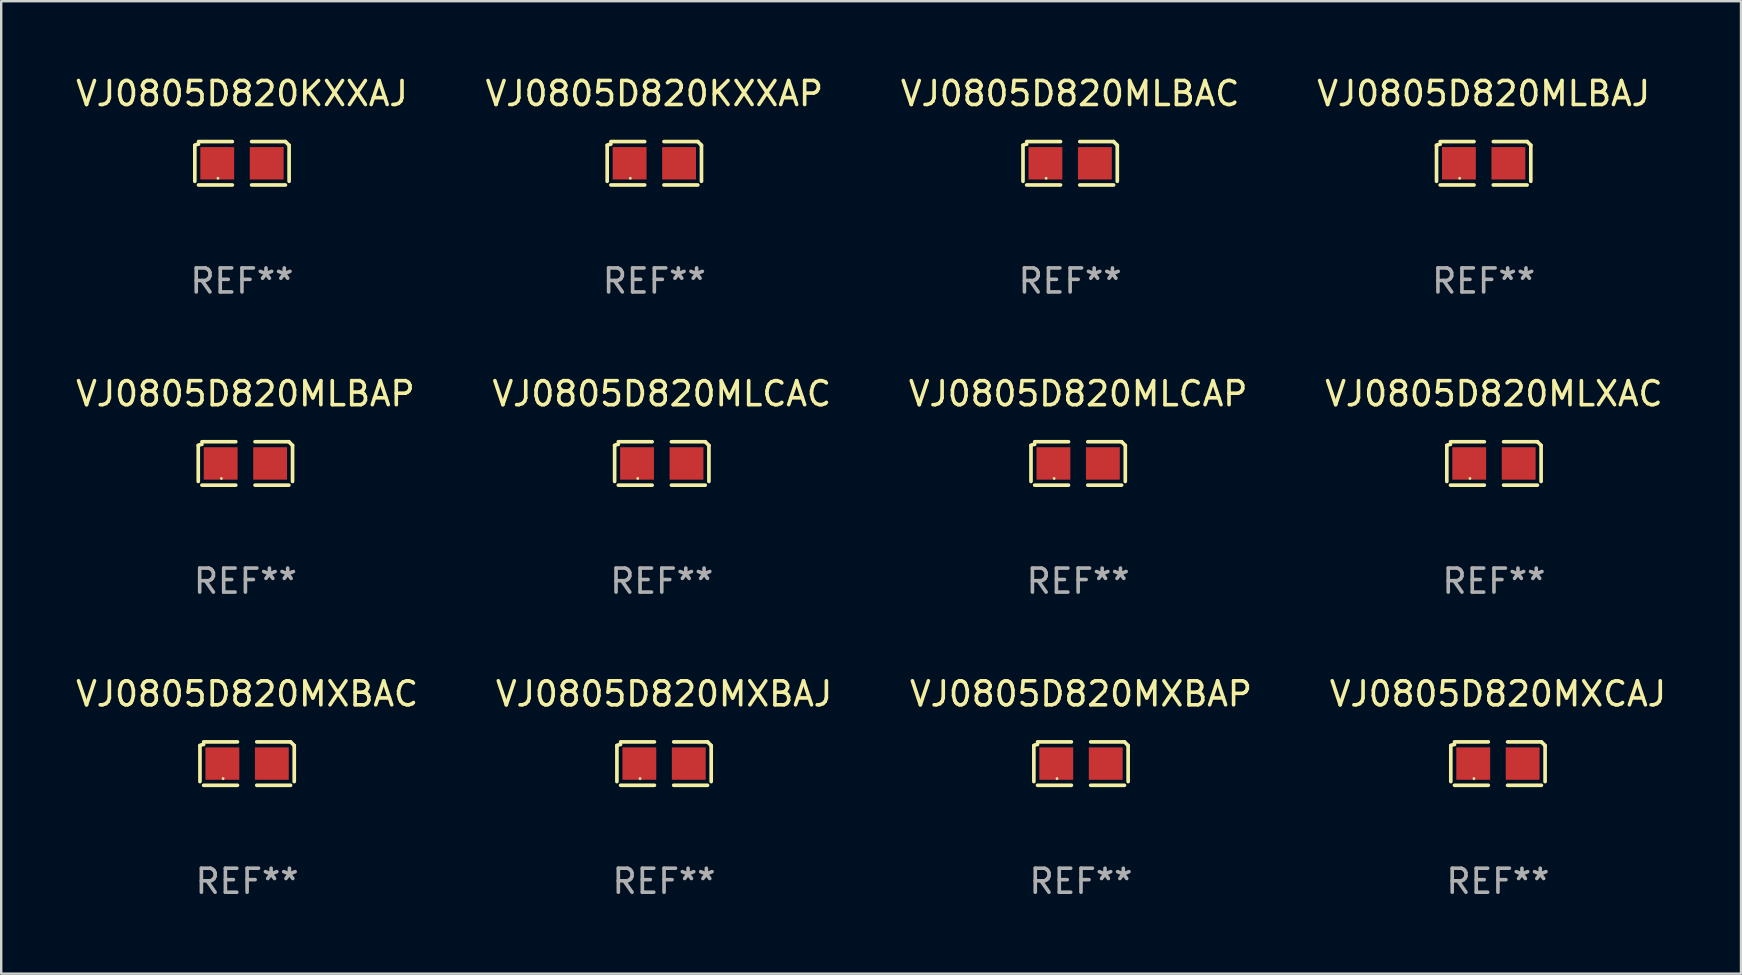
<source format=kicad_pcb>
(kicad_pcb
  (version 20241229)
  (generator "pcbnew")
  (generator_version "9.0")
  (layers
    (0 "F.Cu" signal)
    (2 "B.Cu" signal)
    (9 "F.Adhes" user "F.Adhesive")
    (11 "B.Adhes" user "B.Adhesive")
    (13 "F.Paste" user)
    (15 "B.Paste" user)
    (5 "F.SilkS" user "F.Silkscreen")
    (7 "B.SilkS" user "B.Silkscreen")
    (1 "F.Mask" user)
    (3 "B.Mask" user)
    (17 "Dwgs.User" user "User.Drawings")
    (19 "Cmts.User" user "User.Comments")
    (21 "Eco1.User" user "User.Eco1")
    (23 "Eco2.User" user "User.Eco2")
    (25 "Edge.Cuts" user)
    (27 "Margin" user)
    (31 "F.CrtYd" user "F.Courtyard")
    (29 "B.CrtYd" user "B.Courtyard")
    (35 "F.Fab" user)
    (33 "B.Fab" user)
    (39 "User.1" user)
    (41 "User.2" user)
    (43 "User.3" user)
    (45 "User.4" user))
  (footprint "VJ0805D820MLXAC"
    (layer "F.Cu")
    (at 59.185 16.256)
    (property "Reference" "VJ0805D820MLXAC" (at 0 -2.904 0) (layer "F.SilkS") (effects (font (size 1 1) (thickness 0.15))))
    (attr through_hole)
    (fp_line (start -1.964 0.751) (end -1.964 -0.751) (stroke (width 0.152) (type solid)) (layer "F.SilkS"))
    (fp_line (start -1.811 -0.904) (end -0.401 -0.904) (stroke (width 0.152) (type solid)) (layer "F.SilkS"))
    (fp_line (start -0.401 0.904) (end -1.811 0.904) (stroke (width 0.152) (type solid)) (layer "F.SilkS"))
    (fp_line (start 0.401 0.904) (end 1.811 0.904) (stroke (width 0.152) (type solid)) (layer "F.SilkS"))
    (fp_line (start 1.811 -0.904) (end 0.401 -0.904) (stroke (width 0.152) (type solid)) (layer "F.SilkS"))
    (fp_line (start 1.964 0.751) (end 1.964 -0.751) (stroke (width 0.152) (type solid)) (layer "F.SilkS"))
    (fp_arc (start -1.963602 -0.751207) (mid -1.890354 -0.783131) (end -1.811201 -0.794044) (stroke (width 0.1524) (type solid)) (layer "F.SilkS"))
    (fp_arc (start 1.811202 -0.903607) (mid 1.887413 -0.827418) (end 1.963602 -0.751207) (stroke (width 0.1524) (type solid)) (layer "F.SilkS"))
    (fp_circle (center -1 0.625) (end -0.97 0.625) (stroke (width 0.06) (type solid)) (fill no) (layer "F.SilkS"))
    (fp_text user "REF**" (at 0 4.904 0) (layer "F.Fab") (effects (font (size 1 1) (thickness 0.15))))
    (pad "1" smd rect (at -1.03 0) (size 1.41 1.35) (layers "F.Cu" "F.Mask" "F.Paste"))
    (pad "2" smd rect (at 1.03 0) (size 1.41 1.35) (layers "F.Cu" "F.Mask" "F.Paste")))
  (footprint "VJ0805D820KXXAP"
    (layer "F.Cu")
    (at 24.208 3.752)
    (property "Reference" "VJ0805D820KXXAP" (at 0 -2.904 0) (layer "F.SilkS") (effects (font (size 1 1) (thickness 0.15))))
    (attr through_hole)
    (fp_line (start -1.964 0.751) (end -1.964 -0.751) (stroke (width 0.152) (type solid)) (layer "F.SilkS"))
    (fp_line (start -1.811 -0.904) (end -0.401 -0.904) (stroke (width 0.152) (type solid)) (layer "F.SilkS"))
    (fp_line (start -0.401 0.904) (end -1.811 0.904) (stroke (width 0.152) (type solid)) (layer "F.SilkS"))
    (fp_line (start 0.401 0.904) (end 1.811 0.904) (stroke (width 0.152) (type solid)) (layer "F.SilkS"))
    (fp_line (start 1.811 -0.904) (end 0.401 -0.904) (stroke (width 0.152) (type solid)) (layer "F.SilkS"))
    (fp_line (start 1.964 0.751) (end 1.964 -0.751) (stroke (width 0.152) (type solid)) (layer "F.SilkS"))
    (fp_arc (start -1.963602 -0.751207) (mid -1.890354 -0.783131) (end -1.811201 -0.794044) (stroke (width 0.1524) (type solid)) (layer "F.SilkS"))
    (fp_arc (start 1.811202 -0.903607) (mid 1.887413 -0.827418) (end 1.963602 -0.751207) (stroke (width 0.1524) (type solid)) (layer "F.SilkS"))
    (fp_circle (center -1 0.625) (end -0.97 0.625) (stroke (width 0.06) (type solid)) (fill no) (layer "F.SilkS"))
    (fp_text user "REF**" (at 0 4.904 0) (layer "F.Fab") (effects (font (size 1 1) (thickness 0.15))))
    (pad "1" smd rect (at -1.03 0) (size 1.41 1.35) (layers "F.Cu" "F.Mask" "F.Paste"))
    (pad "2" smd rect (at 1.03 0) (size 1.41 1.35) (layers "F.Cu" "F.Mask" "F.Paste")))
  (footprint "VJ0805D820MLCAC"
    (layer "F.Cu")
    (at 24.518 16.256)
    (property "Reference" "VJ0805D820MLCAC" (at 0 -2.904 0) (layer "F.SilkS") (effects (font (size 1 1) (thickness 0.15))))
    (attr through_hole)
    (fp_line (start -1.964 0.751) (end -1.964 -0.751) (stroke (width 0.152) (type solid)) (layer "F.SilkS"))
    (fp_line (start -1.811 -0.904) (end -0.401 -0.904) (stroke (width 0.152) (type solid)) (layer "F.SilkS"))
    (fp_line (start -0.401 0.904) (end -1.811 0.904) (stroke (width 0.152) (type solid)) (layer "F.SilkS"))
    (fp_line (start 0.401 0.904) (end 1.811 0.904) (stroke (width 0.152) (type solid)) (layer "F.SilkS"))
    (fp_line (start 1.811 -0.904) (end 0.401 -0.904) (stroke (width 0.152) (type solid)) (layer "F.SilkS"))
    (fp_line (start 1.964 0.751) (end 1.964 -0.751) (stroke (width 0.152) (type solid)) (layer "F.SilkS"))
    (fp_arc (start -1.963602 -0.751207) (mid -1.890354 -0.783131) (end -1.811201 -0.794044) (stroke (width 0.1524) (type solid)) (layer "F.SilkS"))
    (fp_arc (start 1.811202 -0.903607) (mid 1.887413 -0.827418) (end 1.963602 -0.751207) (stroke (width 0.1524) (type solid)) (layer "F.SilkS"))
    (fp_circle (center -1 0.625) (end -0.97 0.625) (stroke (width 0.06) (type solid)) (fill no) (layer "F.SilkS"))
    (fp_text user "REF**" (at 0 4.904 0) (layer "F.Fab") (effects (font (size 1 1) (thickness 0.15))))
    (pad "1" smd rect (at -1.03 0) (size 1.41 1.35) (layers "F.Cu" "F.Mask" "F.Paste"))
    (pad "2" smd rect (at 1.03 0) (size 1.41 1.35) (layers "F.Cu" "F.Mask" "F.Paste")))
  (footprint "VJ0805D820KXXAJ"
    (layer "F.Cu")
    (at 7.03 3.752)
    (property "Reference" "VJ0805D820KXXAJ" (at 0 -2.904 0) (layer "F.SilkS") (effects (font (size 1 1) (thickness 0.15))))
    (attr through_hole)
    (fp_line (start -1.964 0.751) (end -1.964 -0.751) (stroke (width 0.152) (type solid)) (layer "F.SilkS"))
    (fp_line (start -1.811 -0.904) (end -0.401 -0.904) (stroke (width 0.152) (type solid)) (layer "F.SilkS"))
    (fp_line (start -0.401 0.904) (end -1.811 0.904) (stroke (width 0.152) (type solid)) (layer "F.SilkS"))
    (fp_line (start 0.401 0.904) (end 1.811 0.904) (stroke (width 0.152) (type solid)) (layer "F.SilkS"))
    (fp_line (start 1.811 -0.904) (end 0.401 -0.904) (stroke (width 0.152) (type solid)) (layer "F.SilkS"))
    (fp_line (start 1.964 0.751) (end 1.964 -0.751) (stroke (width 0.152) (type solid)) (layer "F.SilkS"))
    (fp_arc (start -1.963602 -0.751207) (mid -1.890354 -0.783131) (end -1.811201 -0.794044) (stroke (width 0.1524) (type solid)) (layer "F.SilkS"))
    (fp_arc (start 1.811202 -0.903607) (mid 1.887413 -0.827418) (end 1.963602 -0.751207) (stroke (width 0.1524) (type solid)) (layer "F.SilkS"))
    (fp_circle (center -1 0.625) (end -0.97 0.625) (stroke (width 0.06) (type solid)) (fill no) (layer "F.SilkS"))
    (fp_text user "REF**" (at 0 4.904 0) (layer "F.Fab") (effects (font (size 1 1) (thickness 0.15))))
    (pad "1" smd rect (at -1.03 0) (size 1.41 1.35) (layers "F.Cu" "F.Mask" "F.Paste"))
    (pad "2" smd rect (at 1.03 0) (size 1.41 1.35) (layers "F.Cu" "F.Mask" "F.Paste")))
  (footprint "VJ0805D820MXCAJ"
    (layer "F.Cu")
    (at 59.351 28.759)
    (property "Reference" "VJ0805D820MXCAJ" (at 0 -2.904 0) (layer "F.SilkS") (effects (font (size 1 1) (thickness 0.15))))
    (attr through_hole)
    (fp_line (start -1.964 0.751) (end -1.964 -0.751) (stroke (width 0.152) (type solid)) (layer "F.SilkS"))
    (fp_line (start -1.811 -0.904) (end -0.401 -0.904) (stroke (width 0.152) (type solid)) (layer "F.SilkS"))
    (fp_line (start -0.401 0.904) (end -1.811 0.904) (stroke (width 0.152) (type solid)) (layer "F.SilkS"))
    (fp_line (start 0.401 0.904) (end 1.811 0.904) (stroke (width 0.152) (type solid)) (layer "F.SilkS"))
    (fp_line (start 1.811 -0.904) (end 0.401 -0.904) (stroke (width 0.152) (type solid)) (layer "F.SilkS"))
    (fp_line (start 1.964 0.751) (end 1.964 -0.751) (stroke (width 0.152) (type solid)) (layer "F.SilkS"))
    (fp_arc (start -1.963602 -0.751207) (mid -1.890354 -0.783131) (end -1.811201 -0.794044) (stroke (width 0.1524) (type solid)) (layer "F.SilkS"))
    (fp_arc (start 1.811202 -0.903607) (mid 1.887413 -0.827418) (end 1.963602 -0.751207) (stroke (width 0.1524) (type solid)) (layer "F.SilkS"))
    (fp_circle (center -1 0.625) (end -0.97 0.625) (stroke (width 0.06) (type solid)) (fill no) (layer "F.SilkS"))
    (fp_text user "REF**" (at 0 4.904 0) (layer "F.Fab") (effects (font (size 1 1) (thickness 0.15))))
    (pad "1" smd rect (at -1.03 0) (size 1.41 1.35) (layers "F.Cu" "F.Mask" "F.Paste"))
    (pad "2" smd rect (at 1.03 0) (size 1.41 1.35) (layers "F.Cu" "F.Mask" "F.Paste")))
  (footprint "VJ0805D820MXBAJ"
    (layer "F.Cu")
    (at 24.613 28.759)
    (property "Reference" "VJ0805D820MXBAJ" (at 0 -2.904 0) (layer "F.SilkS") (effects (font (size 1 1) (thickness 0.15))))
    (attr through_hole)
    (fp_line (start -1.964 0.751) (end -1.964 -0.751) (stroke (width 0.152) (type solid)) (layer "F.SilkS"))
    (fp_line (start -1.811 -0.904) (end -0.401 -0.904) (stroke (width 0.152) (type solid)) (layer "F.SilkS"))
    (fp_line (start -0.401 0.904) (end -1.811 0.904) (stroke (width 0.152) (type solid)) (layer "F.SilkS"))
    (fp_line (start 0.401 0.904) (end 1.811 0.904) (stroke (width 0.152) (type solid)) (layer "F.SilkS"))
    (fp_line (start 1.811 -0.904) (end 0.401 -0.904) (stroke (width 0.152) (type solid)) (layer "F.SilkS"))
    (fp_line (start 1.964 0.751) (end 1.964 -0.751) (stroke (width 0.152) (type solid)) (layer "F.SilkS"))
    (fp_arc (start -1.963602 -0.751207) (mid -1.890354 -0.783131) (end -1.811201 -0.794044) (stroke (width 0.1524) (type solid)) (layer "F.SilkS"))
    (fp_arc (start 1.811202 -0.903607) (mid 1.887413 -0.827418) (end 1.963602 -0.751207) (stroke (width 0.1524) (type solid)) (layer "F.SilkS"))
    (fp_circle (center -1 0.625) (end -0.97 0.625) (stroke (width 0.06) (type solid)) (fill no) (layer "F.SilkS"))
    (fp_text user "REF**" (at 0 4.904 0) (layer "F.Fab") (effects (font (size 1 1) (thickness 0.15))))
    (pad "1" smd rect (at -1.03 0) (size 1.41 1.35) (layers "F.Cu" "F.Mask" "F.Paste"))
    (pad "2" smd rect (at 1.03 0) (size 1.41 1.35) (layers "F.Cu" "F.Mask" "F.Paste")))
  (footprint "VJ0805D820MLCAP"
    (layer "F.Cu")
    (at 41.863 16.256)
    (property "Reference" "VJ0805D820MLCAP" (at 0 -2.904 0) (layer "F.SilkS") (effects (font (size 1 1) (thickness 0.15))))
    (attr through_hole)
    (fp_line (start -1.964 0.751) (end -1.964 -0.751) (stroke (width 0.152) (type solid)) (layer "F.SilkS"))
    (fp_line (start -1.811 -0.904) (end -0.401 -0.904) (stroke (width 0.152) (type solid)) (layer "F.SilkS"))
    (fp_line (start -0.401 0.904) (end -1.811 0.904) (stroke (width 0.152) (type solid)) (layer "F.SilkS"))
    (fp_line (start 0.401 0.904) (end 1.811 0.904) (stroke (width 0.152) (type solid)) (layer "F.SilkS"))
    (fp_line (start 1.811 -0.904) (end 0.401 -0.904) (stroke (width 0.152) (type solid)) (layer "F.SilkS"))
    (fp_line (start 1.964 0.751) (end 1.964 -0.751) (stroke (width 0.152) (type solid)) (layer "F.SilkS"))
    (fp_arc (start -1.963602 -0.751207) (mid -1.890354 -0.783131) (end -1.811201 -0.794044) (stroke (width 0.1524) (type solid)) (layer "F.SilkS"))
    (fp_arc (start 1.811202 -0.903607) (mid 1.887413 -0.827418) (end 1.963602 -0.751207) (stroke (width 0.1524) (type solid)) (layer "F.SilkS"))
    (fp_circle (center -1 0.625) (end -0.97 0.625) (stroke (width 0.06) (type solid)) (fill no) (layer "F.SilkS"))
    (fp_text user "REF**" (at 0 4.904 0) (layer "F.Fab") (effects (font (size 1 1) (thickness 0.15))))
    (pad "1" smd rect (at -1.03 0) (size 1.41 1.35) (layers "F.Cu" "F.Mask" "F.Paste"))
    (pad "2" smd rect (at 1.03 0) (size 1.41 1.35) (layers "F.Cu" "F.Mask" "F.Paste")))
  (footprint "VJ0805D820MLBAC"
    (layer "F.Cu")
    (at 41.53 3.752)
    (property "Reference" "VJ0805D820MLBAC" (at 0 -2.904 0) (layer "F.SilkS") (effects (font (size 1 1) (thickness 0.15))))
    (attr through_hole)
    (fp_line (start -1.964 0.751) (end -1.964 -0.751) (stroke (width 0.152) (type solid)) (layer "F.SilkS"))
    (fp_line (start -1.811 -0.904) (end -0.401 -0.904) (stroke (width 0.152) (type solid)) (layer "F.SilkS"))
    (fp_line (start -0.401 0.904) (end -1.811 0.904) (stroke (width 0.152) (type solid)) (layer "F.SilkS"))
    (fp_line (start 0.401 0.904) (end 1.811 0.904) (stroke (width 0.152) (type solid)) (layer "F.SilkS"))
    (fp_line (start 1.811 -0.904) (end 0.401 -0.904) (stroke (width 0.152) (type solid)) (layer "F.SilkS"))
    (fp_line (start 1.964 0.751) (end 1.964 -0.751) (stroke (width 0.152) (type solid)) (layer "F.SilkS"))
    (fp_arc (start -1.963602 -0.751207) (mid -1.890354 -0.783131) (end -1.811201 -0.794044) (stroke (width 0.1524) (type solid)) (layer "F.SilkS"))
    (fp_arc (start 1.811202 -0.903607) (mid 1.887413 -0.827418) (end 1.963602 -0.751207) (stroke (width 0.1524) (type solid)) (layer "F.SilkS"))
    (fp_circle (center -1 0.625) (end -0.97 0.625) (stroke (width 0.06) (type solid)) (fill no) (layer "F.SilkS"))
    (fp_text user "REF**" (at 0 4.904 0) (layer "F.Fab") (effects (font (size 1 1) (thickness 0.15))))
    (pad "1" smd rect (at -1.03 0) (size 1.41 1.35) (layers "F.Cu" "F.Mask" "F.Paste"))
    (pad "2" smd rect (at 1.03 0) (size 1.41 1.35) (layers "F.Cu" "F.Mask" "F.Paste")))
  (footprint "VJ0805D820MLBAP"
    (layer "F.Cu")
    (at 7.173 16.256)
    (property "Reference" "VJ0805D820MLBAP" (at 0 -2.904 0) (layer "F.SilkS") (effects (font (size 1 1) (thickness 0.15))))
    (attr through_hole)
    (fp_line (start -1.964 0.751) (end -1.964 -0.751) (stroke (width 0.152) (type solid)) (layer "F.SilkS"))
    (fp_line (start -1.811 -0.904) (end -0.401 -0.904) (stroke (width 0.152) (type solid)) (layer "F.SilkS"))
    (fp_line (start -0.401 0.904) (end -1.811 0.904) (stroke (width 0.152) (type solid)) (layer "F.SilkS"))
    (fp_line (start 0.401 0.904) (end 1.811 0.904) (stroke (width 0.152) (type solid)) (layer "F.SilkS"))
    (fp_line (start 1.811 -0.904) (end 0.401 -0.904) (stroke (width 0.152) (type solid)) (layer "F.SilkS"))
    (fp_line (start 1.964 0.751) (end 1.964 -0.751) (stroke (width 0.152) (type solid)) (layer "F.SilkS"))
    (fp_arc (start -1.963602 -0.751207) (mid -1.890354 -0.783131) (end -1.811201 -0.794044) (stroke (width 0.1524) (type solid)) (layer "F.SilkS"))
    (fp_arc (start 1.811202 -0.903607) (mid 1.887413 -0.827418) (end 1.963602 -0.751207) (stroke (width 0.1524) (type solid)) (layer "F.SilkS"))
    (fp_circle (center -1 0.625) (end -0.97 0.625) (stroke (width 0.06) (type solid)) (fill no) (layer "F.SilkS"))
    (fp_text user "REF**" (at 0 4.904 0) (layer "F.Fab") (effects (font (size 1 1) (thickness 0.15))))
    (pad "1" smd rect (at -1.03 0) (size 1.41 1.35) (layers "F.Cu" "F.Mask" "F.Paste"))
    (pad "2" smd rect (at 1.03 0) (size 1.41 1.35) (layers "F.Cu" "F.Mask" "F.Paste")))
  (footprint "VJ0805D820MXBAC"
    (layer "F.Cu")
    (at 7.244 28.759)
    (property "Reference" "VJ0805D820MXBAC" (at 0 -2.904 0) (layer "F.SilkS") (effects (font (size 1 1) (thickness 0.15))))
    (attr through_hole)
    (fp_line (start -1.964 0.751) (end -1.964 -0.751) (stroke (width 0.152) (type solid)) (layer "F.SilkS"))
    (fp_line (start -1.811 -0.904) (end -0.401 -0.904) (stroke (width 0.152) (type solid)) (layer "F.SilkS"))
    (fp_line (start -0.401 0.904) (end -1.811 0.904) (stroke (width 0.152) (type solid)) (layer "F.SilkS"))
    (fp_line (start 0.401 0.904) (end 1.811 0.904) (stroke (width 0.152) (type solid)) (layer "F.SilkS"))
    (fp_line (start 1.811 -0.904) (end 0.401 -0.904) (stroke (width 0.152) (type solid)) (layer "F.SilkS"))
    (fp_line (start 1.964 0.751) (end 1.964 -0.751) (stroke (width 0.152) (type solid)) (layer "F.SilkS"))
    (fp_arc (start -1.963602 -0.751207) (mid -1.890354 -0.783131) (end -1.811201 -0.794044) (stroke (width 0.1524) (type solid)) (layer "F.SilkS"))
    (fp_arc (start 1.811202 -0.903607) (mid 1.887413 -0.827418) (end 1.963602 -0.751207) (stroke (width 0.1524) (type solid)) (layer "F.SilkS"))
    (fp_circle (center -1 0.625) (end -0.97 0.625) (stroke (width 0.06) (type solid)) (fill no) (layer "F.SilkS"))
    (fp_text user "REF**" (at 0 4.904 0) (layer "F.Fab") (effects (font (size 1 1) (thickness 0.15))))
    (pad "1" smd rect (at -1.03 0) (size 1.41 1.35) (layers "F.Cu" "F.Mask" "F.Paste"))
    (pad "2" smd rect (at 1.03 0) (size 1.41 1.35) (layers "F.Cu" "F.Mask" "F.Paste")))
  (footprint "VJ0805D820MLBAJ"
    (layer "F.Cu")
    (at 58.756 3.752)
    (property "Reference" "VJ0805D820MLBAJ" (at 0 -2.904 0) (layer "F.SilkS") (effects (font (size 1 1) (thickness 0.15))))
    (attr through_hole)
    (fp_line (start -1.964 0.751) (end -1.964 -0.751) (stroke (width 0.152) (type solid)) (layer "F.SilkS"))
    (fp_line (start -1.811 -0.904) (end -0.401 -0.904) (stroke (width 0.152) (type solid)) (layer "F.SilkS"))
    (fp_line (start -0.401 0.904) (end -1.811 0.904) (stroke (width 0.152) (type solid)) (layer "F.SilkS"))
    (fp_line (start 0.401 0.904) (end 1.811 0.904) (stroke (width 0.152) (type solid)) (layer "F.SilkS"))
    (fp_line (start 1.811 -0.904) (end 0.401 -0.904) (stroke (width 0.152) (type solid)) (layer "F.SilkS"))
    (fp_line (start 1.964 0.751) (end 1.964 -0.751) (stroke (width 0.152) (type solid)) (layer "F.SilkS"))
    (fp_arc (start -1.963602 -0.751207) (mid -1.890354 -0.783131) (end -1.811201 -0.794044) (stroke (width 0.1524) (type solid)) (layer "F.SilkS"))
    (fp_arc (start 1.811202 -0.903607) (mid 1.887413 -0.827418) (end 1.963602 -0.751207) (stroke (width 0.1524) (type solid)) (layer "F.SilkS"))
    (fp_circle (center -1 0.625) (end -0.97 0.625) (stroke (width 0.06) (type solid)) (fill no) (layer "F.SilkS"))
    (fp_text user "REF**" (at 0 4.904 0) (layer "F.Fab") (effects (font (size 1 1) (thickness 0.15))))
    (pad "1" smd rect (at -1.03 0) (size 1.41 1.35) (layers "F.Cu" "F.Mask" "F.Paste"))
    (pad "2" smd rect (at 1.03 0) (size 1.41 1.35) (layers "F.Cu" "F.Mask" "F.Paste")))
  (footprint "VJ0805D820MXBAP"
    (layer "F.Cu")
    (at 41.982 28.759)
    (property "Reference" "VJ0805D820MXBAP" (at 0 -2.904 0) (layer "F.SilkS") (effects (font (size 1 1) (thickness 0.15))))
    (attr through_hole)
    (fp_line (start -1.964 0.751) (end -1.964 -0.751) (stroke (width 0.152) (type solid)) (layer "F.SilkS"))
    (fp_line (start -1.811 -0.904) (end -0.401 -0.904) (stroke (width 0.152) (type solid)) (layer "F.SilkS"))
    (fp_line (start -0.401 0.904) (end -1.811 0.904) (stroke (width 0.152) (type solid)) (layer "F.SilkS"))
    (fp_line (start 0.401 0.904) (end 1.811 0.904) (stroke (width 0.152) (type solid)) (layer "F.SilkS"))
    (fp_line (start 1.811 -0.904) (end 0.401 -0.904) (stroke (width 0.152) (type solid)) (layer "F.SilkS"))
    (fp_line (start 1.964 0.751) (end 1.964 -0.751) (stroke (width 0.152) (type solid)) (layer "F.SilkS"))
    (fp_arc (start -1.963602 -0.751207) (mid -1.890354 -0.783131) (end -1.811201 -0.794044) (stroke (width 0.1524) (type solid)) (layer "F.SilkS"))
    (fp_arc (start 1.811202 -0.903607) (mid 1.887413 -0.827418) (end 1.963602 -0.751207) (stroke (width 0.1524) (type solid)) (layer "F.SilkS"))
    (fp_circle (center -1 0.625) (end -0.97 0.625) (stroke (width 0.06) (type solid)) (fill no) (layer "F.SilkS"))
    (fp_text user "REF**" (at 0 4.904 0) (layer "F.Fab") (effects (font (size 1 1) (thickness 0.15))))
    (pad "1" smd rect (at -1.03 0) (size 1.41 1.35) (layers "F.Cu" "F.Mask" "F.Paste"))
    (pad "2" smd rect (at 1.03 0) (size 1.41 1.35) (layers "F.Cu" "F.Mask" "F.Paste")))
  (gr_rect
    (start -3 -3)
    (end 69.476 37.511)
    (stroke (width 0.1) (type default))
    (fill no)
    (layer "Edge.Cuts")))
</source>
